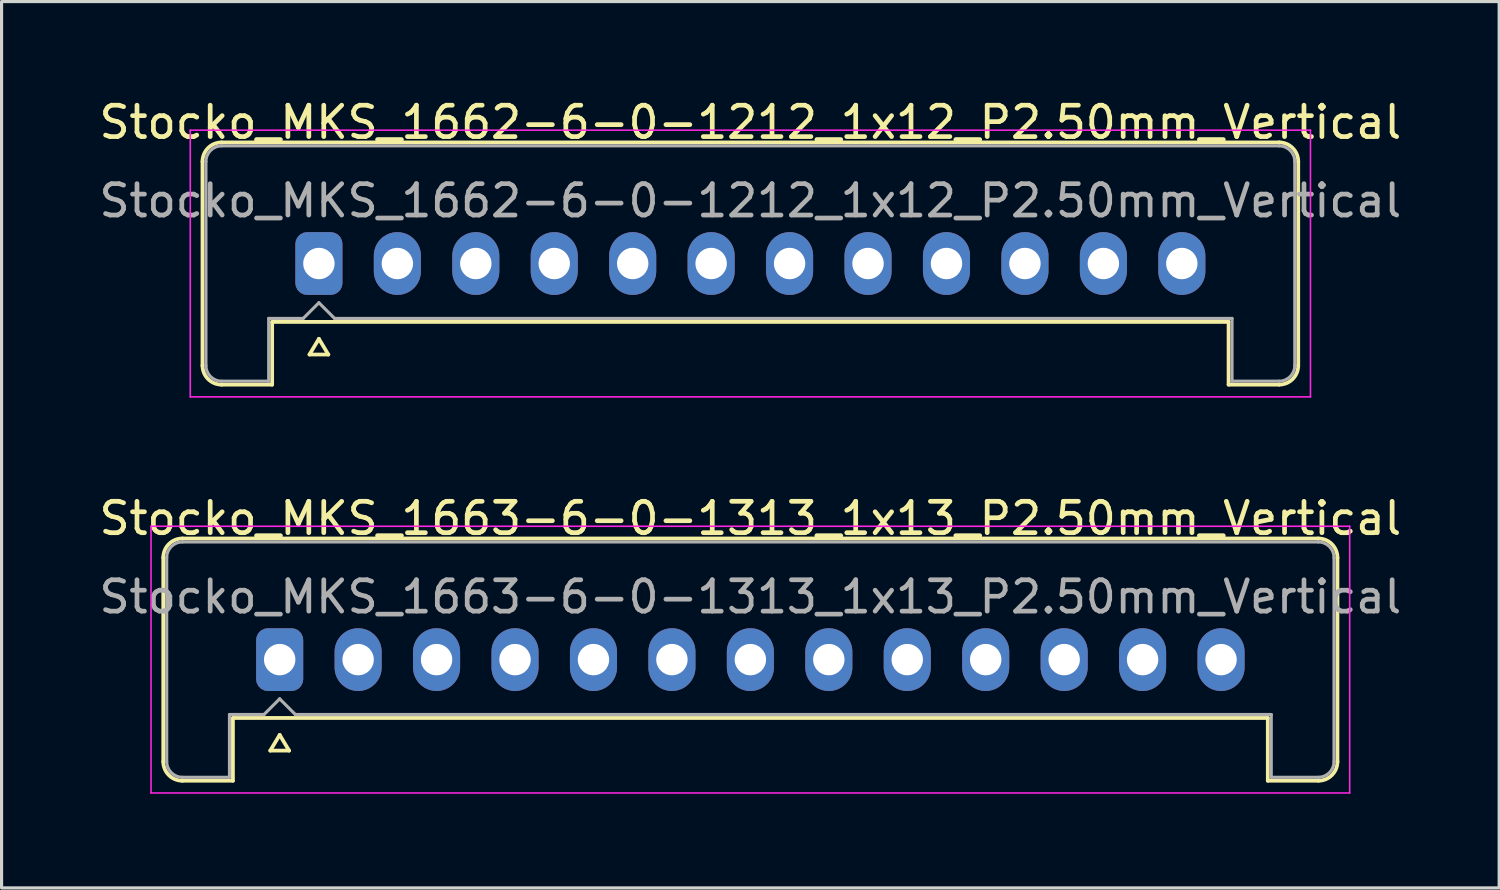
<source format=kicad_pcb>
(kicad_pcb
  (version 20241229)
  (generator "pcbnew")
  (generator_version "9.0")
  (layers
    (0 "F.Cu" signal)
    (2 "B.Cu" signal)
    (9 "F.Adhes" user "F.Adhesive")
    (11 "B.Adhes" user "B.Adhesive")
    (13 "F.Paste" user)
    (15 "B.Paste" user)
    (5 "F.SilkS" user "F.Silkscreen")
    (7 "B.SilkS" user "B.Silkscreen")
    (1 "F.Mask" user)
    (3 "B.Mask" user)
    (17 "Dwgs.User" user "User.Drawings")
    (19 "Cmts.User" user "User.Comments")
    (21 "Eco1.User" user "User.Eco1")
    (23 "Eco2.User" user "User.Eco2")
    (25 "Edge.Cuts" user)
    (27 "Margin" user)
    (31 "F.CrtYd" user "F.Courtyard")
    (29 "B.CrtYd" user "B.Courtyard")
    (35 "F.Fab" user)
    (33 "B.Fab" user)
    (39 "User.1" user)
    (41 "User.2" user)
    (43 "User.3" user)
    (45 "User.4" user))
  (footprint "Stocko_MKS_1663-6-0-1313_1x13_P2.50mm_Vertical"
    (layer "F.Cu")
    (at 5.863 17.971)
    (property "Reference" "Stocko_MKS_1663-6-0-1313_1x13_P2.50mm_Vertical" (at 15 -4.5 0) (layer "F.SilkS") (effects (font (size 1 1) (thickness 0.15))))
    (attr through_hole)
    (fp_line (start -3.71 -3.25) (end -3.71 3.25) (stroke (width 0.12) (type solid)) (layer "F.SilkS"))
    (fp_line (start -3.1 -3.86) (end 33.1 -3.86) (stroke (width 0.12) (type solid)) (layer "F.SilkS"))
    (fp_line (start -3.1 3.86) (end -1.49 3.86) (stroke (width 0.12) (type solid)) (layer "F.SilkS"))
    (fp_line (start -1.49 1.86) (end 31.49 1.86) (stroke (width 0.12) (type solid)) (layer "F.SilkS"))
    (fp_line (start -1.49 3.86) (end -1.49 1.86) (stroke (width 0.12) (type solid)) (layer "F.SilkS"))
    (fp_line (start -0.3 2.9) (end 0.3 2.9) (stroke (width 0.12) (type solid)) (layer "F.SilkS"))
    (fp_line (start 0 2.4) (end -0.3 2.9) (stroke (width 0.12) (type solid)) (layer "F.SilkS"))
    (fp_line (start 0.3 2.9) (end 0 2.4) (stroke (width 0.12) (type solid)) (layer "F.SilkS"))
    (fp_line (start 31.49 3.86) (end 31.49 1.86) (stroke (width 0.12) (type solid)) (layer "F.SilkS"))
    (fp_line (start 33.1 3.86) (end 31.49 3.86) (stroke (width 0.12) (type solid)) (layer "F.SilkS"))
    (fp_line (start 33.71 -3.25) (end 33.71 3.25) (stroke (width 0.12) (type solid)) (layer "F.SilkS"))
    (fp_arc (start -3.71 -3.25) (mid -3.531335 -3.681335) (end -3.1 -3.86) (stroke (width 0.12) (type solid)) (layer "F.SilkS"))
    (fp_arc (start -3.1 3.86) (mid -3.531335 3.681335) (end -3.71 3.25) (stroke (width 0.12) (type solid)) (layer "F.SilkS"))
    (fp_arc (start 33.1 -3.86) (mid 33.531335 -3.681335) (end 33.71 -3.25) (stroke (width 0.12) (type solid)) (layer "F.SilkS"))
    (fp_arc (start 33.71 3.25) (mid 33.531335 3.681335) (end 33.1 3.86) (stroke (width 0.12) (type solid)) (layer "F.SilkS"))
    (fp_line (start -4.1 -4.25) (end -4.1 4.25) (stroke (width 0.05) (type solid)) (layer "F.CrtYd"))
    (fp_line (start -4.1 4.25) (end 34.1 4.25) (stroke (width 0.05) (type solid)) (layer "F.CrtYd"))
    (fp_line (start 34.1 -4.25) (end -4.1 -4.25) (stroke (width 0.05) (type solid)) (layer "F.CrtYd"))
    (fp_line (start 34.1 4.25) (end 34.1 -4.25) (stroke (width 0.05) (type solid)) (layer "F.CrtYd"))
    (fp_line (start -3.6 -3.25) (end -3.6 3.25) (stroke (width 0.1) (type solid)) (layer "F.Fab"))
    (fp_line (start -3.1 -3.75) (end 33.1 -3.75) (stroke (width 0.1) (type solid)) (layer "F.Fab"))
    (fp_line (start -3.1 3.75) (end -1.6 3.75) (stroke (width 0.1) (type solid)) (layer "F.Fab"))
    (fp_line (start -1.6 1.75) (end -0.5 1.75) (stroke (width 0.1) (type solid)) (layer "F.Fab"))
    (fp_line (start -1.6 3.75) (end -1.6 1.75) (stroke (width 0.1) (type solid)) (layer "F.Fab"))
    (fp_line (start -0.5 1.75) (end 0 1.25) (stroke (width 0.1) (type solid)) (layer "F.Fab"))
    (fp_line (start 0 1.25) (end 0.5 1.75) (stroke (width 0.1) (type solid)) (layer "F.Fab"))
    (fp_line (start 0.5 1.75) (end 31.6 1.75) (stroke (width 0.1) (type solid)) (layer "F.Fab"))
    (fp_line (start 31.6 3.75) (end 31.6 1.75) (stroke (width 0.1) (type solid)) (layer "F.Fab"))
    (fp_line (start 33.1 3.75) (end 31.6 3.75) (stroke (width 0.1) (type solid)) (layer "F.Fab"))
    (fp_line (start 33.6 -3.25) (end 33.6 3.25) (stroke (width 0.1) (type solid)) (layer "F.Fab"))
    (fp_arc (start -3.6 -3.25) (mid -3.453553 -3.603553) (end -3.1 -3.75) (stroke (width 0.1) (type solid)) (layer "F.Fab"))
    (fp_arc (start -3.1 3.75) (mid -3.453553 3.603553) (end -3.6 3.25) (stroke (width 0.1) (type solid)) (layer "F.Fab"))
    (fp_arc (start 33.1 -3.75) (mid 33.453553 -3.603553) (end 33.6 -3.25) (stroke (width 0.1) (type solid)) (layer "F.Fab"))
    (fp_arc (start 33.6 3.25) (mid 33.453553 3.603553) (end 33.1 3.75) (stroke (width 0.1) (type solid)) (layer "F.Fab"))
    (fp_text user "${REFERENCE}" (at 15 -2 0) (layer "F.Fab") (effects (font (size 1 1) (thickness 0.15))))
    (pad "1" thru_hole roundrect (at 0 0) (size 1.5 2) (drill 1) (layers "*.Cu" "*.Mask") (roundrect_rratio 0.25))
    (pad "2" thru_hole oval (at 2.5 0) (size 1.5 2) (drill 1) (layers "*.Cu" "*.Mask"))
    (pad "3" thru_hole oval (at 5 0) (size 1.5 2) (drill 1) (layers "*.Cu" "*.Mask"))
    (pad "4" thru_hole oval (at 7.5 0) (size 1.5 2) (drill 1) (layers "*.Cu" "*.Mask"))
    (pad "5" thru_hole oval (at 10 0) (size 1.5 2) (drill 1) (layers "*.Cu" "*.Mask"))
    (pad "6" thru_hole oval (at 12.5 0) (size 1.5 2) (drill 1) (layers "*.Cu" "*.Mask"))
    (pad "7" thru_hole oval (at 15 0) (size 1.5 2) (drill 1) (layers "*.Cu" "*.Mask"))
    (pad "8" thru_hole oval (at 17.5 0) (size 1.5 2) (drill 1) (layers "*.Cu" "*.Mask"))
    (pad "9" thru_hole oval (at 20 0) (size 1.5 2) (drill 1) (layers "*.Cu" "*.Mask"))
    (pad "10" thru_hole oval (at 22.5 0) (size 1.5 2) (drill 1) (layers "*.Cu" "*.Mask"))
    (pad "11" thru_hole oval (at 25 0) (size 1.5 2) (drill 1) (layers "*.Cu" "*.Mask"))
    (pad "12" thru_hole oval (at 27.5 0) (size 1.5 2) (drill 1) (layers "*.Cu" "*.Mask"))
    (pad "13" thru_hole oval (at 30 0) (size 1.5 2) (drill 1) (layers "*.Cu" "*.Mask")))
  (footprint "Stocko_MKS_1662-6-0-1212_1x12_P2.50mm_Vertical"
    (layer "F.Cu")
    (at 7.113 5.348)
    (property "Reference" "Stocko_MKS_1662-6-0-1212_1x12_P2.50mm_Vertical" (at 13.75 -4.5 0) (layer "F.SilkS") (effects (font (size 1 1) (thickness 0.15))))
    (attr through_hole)
    (fp_line (start -3.71 -3.25) (end -3.71 3.25) (stroke (width 0.12) (type solid)) (layer "F.SilkS"))
    (fp_line (start -3.1 -3.86) (end 30.6 -3.86) (stroke (width 0.12) (type solid)) (layer "F.SilkS"))
    (fp_line (start -3.1 3.86) (end -1.49 3.86) (stroke (width 0.12) (type solid)) (layer "F.SilkS"))
    (fp_line (start -1.49 1.86) (end 28.99 1.86) (stroke (width 0.12) (type solid)) (layer "F.SilkS"))
    (fp_line (start -1.49 3.86) (end -1.49 1.86) (stroke (width 0.12) (type solid)) (layer "F.SilkS"))
    (fp_line (start -0.3 2.9) (end 0.3 2.9) (stroke (width 0.12) (type solid)) (layer "F.SilkS"))
    (fp_line (start 0 2.4) (end -0.3 2.9) (stroke (width 0.12) (type solid)) (layer "F.SilkS"))
    (fp_line (start 0.3 2.9) (end 0 2.4) (stroke (width 0.12) (type solid)) (layer "F.SilkS"))
    (fp_line (start 28.99 3.86) (end 28.99 1.86) (stroke (width 0.12) (type solid)) (layer "F.SilkS"))
    (fp_line (start 30.6 3.86) (end 28.99 3.86) (stroke (width 0.12) (type solid)) (layer "F.SilkS"))
    (fp_line (start 31.21 -3.25) (end 31.21 3.25) (stroke (width 0.12) (type solid)) (layer "F.SilkS"))
    (fp_arc (start -3.71 -3.25) (mid -3.531335 -3.681335) (end -3.1 -3.86) (stroke (width 0.12) (type solid)) (layer "F.SilkS"))
    (fp_arc (start -3.1 3.86) (mid -3.531335 3.681335) (end -3.71 3.25) (stroke (width 0.12) (type solid)) (layer "F.SilkS"))
    (fp_arc (start 30.6 -3.86) (mid 31.031335 -3.681335) (end 31.21 -3.25) (stroke (width 0.12) (type solid)) (layer "F.SilkS"))
    (fp_arc (start 31.21 3.25) (mid 31.031335 3.681335) (end 30.6 3.86) (stroke (width 0.12) (type solid)) (layer "F.SilkS"))
    (fp_line (start -4.1 -4.25) (end -4.1 4.25) (stroke (width 0.05) (type solid)) (layer "F.CrtYd"))
    (fp_line (start -4.1 4.25) (end 31.6 4.25) (stroke (width 0.05) (type solid)) (layer "F.CrtYd"))
    (fp_line (start 31.6 -4.25) (end -4.1 -4.25) (stroke (width 0.05) (type solid)) (layer "F.CrtYd"))
    (fp_line (start 31.6 4.25) (end 31.6 -4.25) (stroke (width 0.05) (type solid)) (layer "F.CrtYd"))
    (fp_line (start -3.6 -3.25) (end -3.6 3.25) (stroke (width 0.1) (type solid)) (layer "F.Fab"))
    (fp_line (start -3.1 -3.75) (end 30.6 -3.75) (stroke (width 0.1) (type solid)) (layer "F.Fab"))
    (fp_line (start -3.1 3.75) (end -1.6 3.75) (stroke (width 0.1) (type solid)) (layer "F.Fab"))
    (fp_line (start -1.6 1.75) (end -0.5 1.75) (stroke (width 0.1) (type solid)) (layer "F.Fab"))
    (fp_line (start -1.6 3.75) (end -1.6 1.75) (stroke (width 0.1) (type solid)) (layer "F.Fab"))
    (fp_line (start -0.5 1.75) (end 0 1.25) (stroke (width 0.1) (type solid)) (layer "F.Fab"))
    (fp_line (start 0 1.25) (end 0.5 1.75) (stroke (width 0.1) (type solid)) (layer "F.Fab"))
    (fp_line (start 0.5 1.75) (end 29.1 1.75) (stroke (width 0.1) (type solid)) (layer "F.Fab"))
    (fp_line (start 29.1 3.75) (end 29.1 1.75) (stroke (width 0.1) (type solid)) (layer "F.Fab"))
    (fp_line (start 30.6 3.75) (end 29.1 3.75) (stroke (width 0.1) (type solid)) (layer "F.Fab"))
    (fp_line (start 31.1 -3.25) (end 31.1 3.25) (stroke (width 0.1) (type solid)) (layer "F.Fab"))
    (fp_arc (start -3.6 -3.25) (mid -3.453553 -3.603553) (end -3.1 -3.75) (stroke (width 0.1) (type solid)) (layer "F.Fab"))
    (fp_arc (start -3.1 3.75) (mid -3.453553 3.603553) (end -3.6 3.25) (stroke (width 0.1) (type solid)) (layer "F.Fab"))
    (fp_arc (start 30.6 -3.75) (mid 30.953553 -3.603553) (end 31.1 -3.25) (stroke (width 0.1) (type solid)) (layer "F.Fab"))
    (fp_arc (start 31.1 3.25) (mid 30.953553 3.603553) (end 30.6 3.75) (stroke (width 0.1) (type solid)) (layer "F.Fab"))
    (fp_text user "${REFERENCE}" (at 13.75 -2 0) (layer "F.Fab") (effects (font (size 1 1) (thickness 0.15))))
    (pad "1" thru_hole roundrect (at 0 0) (size 1.5 2) (drill 1) (layers "*.Cu" "*.Mask") (roundrect_rratio 0.25))
    (pad "2" thru_hole oval (at 2.5 0) (size 1.5 2) (drill 1) (layers "*.Cu" "*.Mask"))
    (pad "3" thru_hole oval (at 5 0) (size 1.5 2) (drill 1) (layers "*.Cu" "*.Mask"))
    (pad "4" thru_hole oval (at 7.5 0) (size 1.5 2) (drill 1) (layers "*.Cu" "*.Mask"))
    (pad "5" thru_hole oval (at 10 0) (size 1.5 2) (drill 1) (layers "*.Cu" "*.Mask"))
    (pad "6" thru_hole oval (at 12.5 0) (size 1.5 2) (drill 1) (layers "*.Cu" "*.Mask"))
    (pad "7" thru_hole oval (at 15 0) (size 1.5 2) (drill 1) (layers "*.Cu" "*.Mask"))
    (pad "8" thru_hole oval (at 17.5 0) (size 1.5 2) (drill 1) (layers "*.Cu" "*.Mask"))
    (pad "9" thru_hole oval (at 20 0) (size 1.5 2) (drill 1) (layers "*.Cu" "*.Mask"))
    (pad "10" thru_hole oval (at 22.5 0) (size 1.5 2) (drill 1) (layers "*.Cu" "*.Mask"))
    (pad "11" thru_hole oval (at 25 0) (size 1.5 2) (drill 1) (layers "*.Cu" "*.Mask"))
    (pad "12" thru_hole oval (at 27.5 0) (size 1.5 2) (drill 1) (layers "*.Cu" "*.Mask")))
  (gr_rect
    (start -3 -3)
    (end 44.726 25.247)
    (stroke (width 0.1) (type default))
    (fill no)
    (layer "Edge.Cuts")))
</source>
